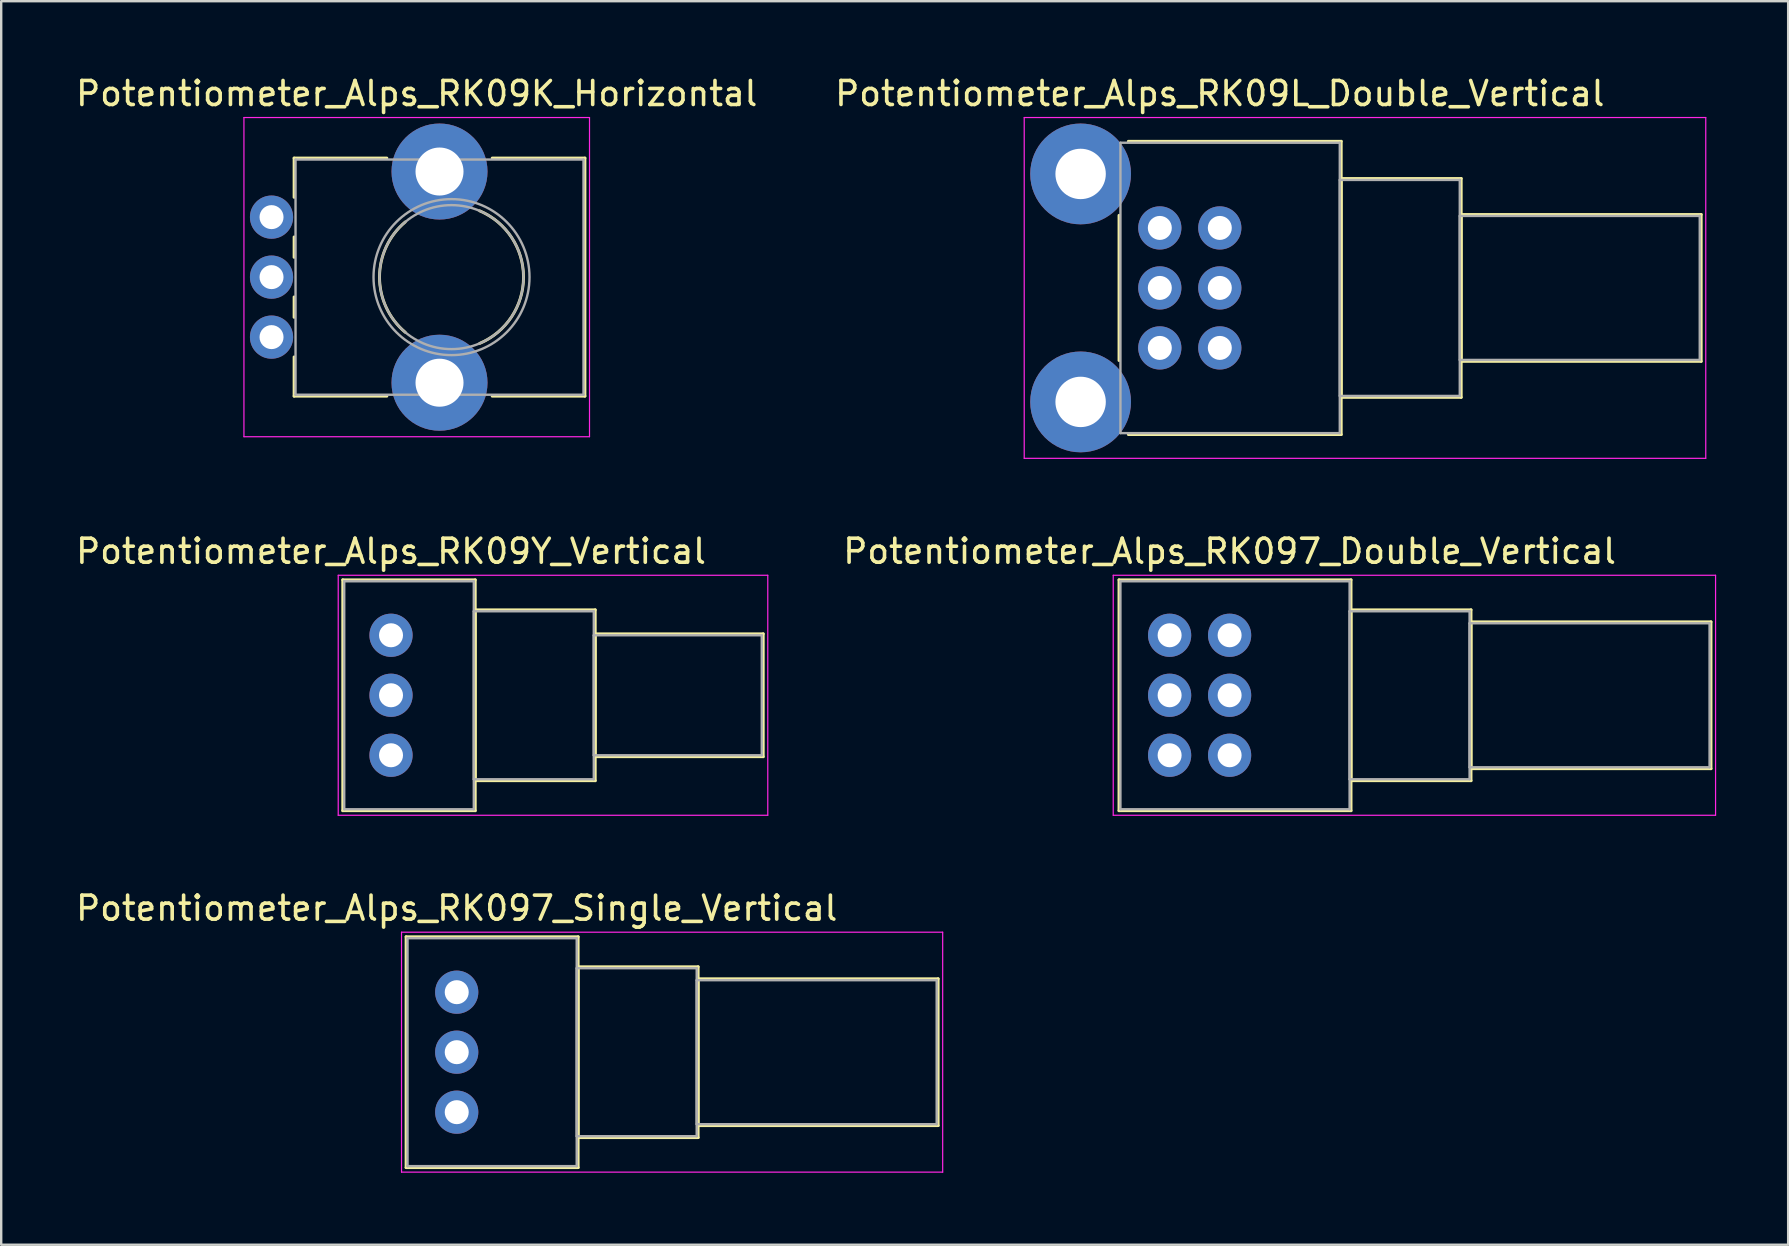
<source format=kicad_pcb>
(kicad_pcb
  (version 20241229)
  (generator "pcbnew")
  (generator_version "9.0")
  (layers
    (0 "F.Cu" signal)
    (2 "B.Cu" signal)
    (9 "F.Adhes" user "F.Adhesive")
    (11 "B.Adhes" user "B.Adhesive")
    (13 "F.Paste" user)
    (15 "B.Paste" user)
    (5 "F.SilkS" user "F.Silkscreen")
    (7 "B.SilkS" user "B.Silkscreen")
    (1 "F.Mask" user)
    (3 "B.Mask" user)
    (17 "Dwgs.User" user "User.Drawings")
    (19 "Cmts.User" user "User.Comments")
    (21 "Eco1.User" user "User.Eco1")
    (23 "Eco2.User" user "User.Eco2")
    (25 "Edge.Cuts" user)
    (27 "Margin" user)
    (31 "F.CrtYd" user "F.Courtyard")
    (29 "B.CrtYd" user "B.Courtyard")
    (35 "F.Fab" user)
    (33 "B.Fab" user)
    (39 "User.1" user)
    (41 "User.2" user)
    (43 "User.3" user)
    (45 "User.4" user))
  (footprint "Potentiometer_Alps_RK09Y_Vertical"
    (layer "F.Cu")
    (at 13.244 28.422)
    (property "Reference" "Potentiometer_Alps_RK09Y_Vertical" (at 0 -8.5 0) (layer "F.SilkS") (effects (font (size 1 1) (thickness 0.15))))
    (attr through_hole)
    (fp_line (start -2.011 -7.31) (end -2.011 2.31) (stroke (width 0.12) (type solid)) (layer "F.SilkS"))
    (fp_line (start -2.011 -7.31) (end 3.51 -7.31) (stroke (width 0.12) (type solid)) (layer "F.SilkS"))
    (fp_line (start -2.011 2.31) (end 3.51 2.31) (stroke (width 0.12) (type solid)) (layer "F.SilkS"))
    (fp_line (start 3.51 -7.31) (end 3.51 2.31) (stroke (width 0.12) (type solid)) (layer "F.SilkS"))
    (fp_line (start 3.51 -6.06) (end 3.51 1.06) (stroke (width 0.12) (type solid)) (layer "F.SilkS"))
    (fp_line (start 3.51 -6.06) (end 8.51 -6.06) (stroke (width 0.12) (type solid)) (layer "F.SilkS"))
    (fp_line (start 3.51 1.06) (end 8.51 1.06) (stroke (width 0.12) (type solid)) (layer "F.SilkS"))
    (fp_line (start 8.51 -6.06) (end 8.51 1.06) (stroke (width 0.12) (type solid)) (layer "F.SilkS"))
    (fp_line (start 8.51 -5.06) (end 8.51 0.06) (stroke (width 0.12) (type solid)) (layer "F.SilkS"))
    (fp_line (start 8.51 -5.06) (end 15.51 -5.06) (stroke (width 0.12) (type solid)) (layer "F.SilkS"))
    (fp_line (start 8.51 0.06) (end 15.51 0.06) (stroke (width 0.12) (type solid)) (layer "F.SilkS"))
    (fp_line (start 15.51 -5.06) (end 15.51 0.06) (stroke (width 0.12) (type solid)) (layer "F.SilkS"))
    (fp_line (start -2.2 -7.5) (end -2.2 2.5) (stroke (width 0.05) (type solid)) (layer "F.CrtYd"))
    (fp_line (start -2.2 2.5) (end 15.7 2.5) (stroke (width 0.05) (type solid)) (layer "F.CrtYd"))
    (fp_line (start 15.7 -7.5) (end -2.2 -7.5) (stroke (width 0.05) (type solid)) (layer "F.CrtYd"))
    (fp_line (start 15.7 2.5) (end 15.7 -7.5) (stroke (width 0.05) (type solid)) (layer "F.CrtYd"))
    (fp_line (start -1.95 -7.25) (end -1.95 2.25) (stroke (width 0.1) (type solid)) (layer "F.Fab"))
    (fp_line (start -1.95 2.25) (end 3.45 2.25) (stroke (width 0.1) (type solid)) (layer "F.Fab"))
    (fp_line (start 3.45 -7.25) (end -1.95 -7.25) (stroke (width 0.1) (type solid)) (layer "F.Fab"))
    (fp_line (start 3.45 -6) (end 3.45 1) (stroke (width 0.1) (type solid)) (layer "F.Fab"))
    (fp_line (start 3.45 1) (end 8.45 1) (stroke (width 0.1) (type solid)) (layer "F.Fab"))
    (fp_line (start 3.45 2.25) (end 3.45 -7.25) (stroke (width 0.1) (type solid)) (layer "F.Fab"))
    (fp_line (start 8.45 -6) (end 3.45 -6) (stroke (width 0.1) (type solid)) (layer "F.Fab"))
    (fp_line (start 8.45 -5) (end 8.45 0) (stroke (width 0.1) (type solid)) (layer "F.Fab"))
    (fp_line (start 8.45 0) (end 15.45 0) (stroke (width 0.1) (type solid)) (layer "F.Fab"))
    (fp_line (start 8.45 1) (end 8.45 -6) (stroke (width 0.1) (type solid)) (layer "F.Fab"))
    (fp_line (start 15.45 -5) (end 8.45 -5) (stroke (width 0.1) (type solid)) (layer "F.Fab"))
    (fp_line (start 15.45 0) (end 15.45 -5) (stroke (width 0.1) (type solid)) (layer "F.Fab"))
    (pad "1" thru_hole circle (at 0 0) (size 1.8 1.8) (drill 1) (layers "*.Cu" "*.Mask"))
    (pad "2" thru_hole circle (at 0 -2.5) (size 1.8 1.8) (drill 1) (layers "*.Cu" "*.Mask"))
    (pad "3" thru_hole circle (at 0 -5) (size 1.8 1.8) (drill 1) (layers "*.Cu" "*.Mask")))
  (footprint "Potentiometer_Alps_RK09L_Double_Vertical"
    (layer "F.Cu")
    (at 47.78 11.448)
    (property "Reference" "Potentiometer_Alps_RK09L_Double_Vertical" (at 0 -10.6 0) (layer "F.SilkS") (effects (font (size 1 1) (thickness 0.15))))
    (attr through_hole)
    (fp_line (start -4.2 -5.525) (end -4.2 0.525) (stroke (width 0.12) (type solid)) (layer "F.SilkS"))
    (fp_line (start -3.811 -8.61) (end 5.06 -8.61) (stroke (width 0.12) (type solid)) (layer "F.SilkS"))
    (fp_line (start -3.811 3.61) (end 5.06 3.61) (stroke (width 0.12) (type solid)) (layer "F.SilkS"))
    (fp_line (start 5.06 -8.61) (end 5.06 3.61) (stroke (width 0.12) (type solid)) (layer "F.SilkS"))
    (fp_line (start 5.06 -7.06) (end 5.06 2.06) (stroke (width 0.12) (type solid)) (layer "F.SilkS"))
    (fp_line (start 5.06 -7.06) (end 10.06 -7.06) (stroke (width 0.12) (type solid)) (layer "F.SilkS"))
    (fp_line (start 5.06 2.06) (end 10.06 2.06) (stroke (width 0.12) (type solid)) (layer "F.SilkS"))
    (fp_line (start 10.06 -7.06) (end 10.06 2.06) (stroke (width 0.12) (type solid)) (layer "F.SilkS"))
    (fp_line (start 10.06 -5.56) (end 10.06 0.56) (stroke (width 0.12) (type solid)) (layer "F.SilkS"))
    (fp_line (start 10.06 -5.56) (end 20.06 -5.56) (stroke (width 0.12) (type solid)) (layer "F.SilkS"))
    (fp_line (start 10.06 0.56) (end 20.06 0.56) (stroke (width 0.12) (type solid)) (layer "F.SilkS"))
    (fp_line (start 20.06 -5.56) (end 20.06 0.56) (stroke (width 0.12) (type solid)) (layer "F.SilkS"))
    (fp_line (start -8.15 -9.6) (end -8.15 4.6) (stroke (width 0.05) (type solid)) (layer "F.CrtYd"))
    (fp_line (start -8.15 4.6) (end 20.25 4.6) (stroke (width 0.05) (type solid)) (layer "F.CrtYd"))
    (fp_line (start 20.25 -9.6) (end -8.15 -9.6) (stroke (width 0.05) (type solid)) (layer "F.CrtYd"))
    (fp_line (start 20.25 4.6) (end 20.25 -9.6) (stroke (width 0.05) (type solid)) (layer "F.CrtYd"))
    (fp_line (start -4.14 -8.55) (end -4.14 3.55) (stroke (width 0.1) (type solid)) (layer "F.Fab"))
    (fp_line (start -4.14 3.55) (end 5 3.55) (stroke (width 0.1) (type solid)) (layer "F.Fab"))
    (fp_line (start 5 -8.55) (end -4.14 -8.55) (stroke (width 0.1) (type solid)) (layer "F.Fab"))
    (fp_line (start 5 -7) (end 5 2) (stroke (width 0.1) (type solid)) (layer "F.Fab"))
    (fp_line (start 5 2) (end 10 2) (stroke (width 0.1) (type solid)) (layer "F.Fab"))
    (fp_line (start 5 3.55) (end 5 -8.55) (stroke (width 0.1) (type solid)) (layer "F.Fab"))
    (fp_line (start 10 -7) (end 5 -7) (stroke (width 0.1) (type solid)) (layer "F.Fab"))
    (fp_line (start 10 -5.5) (end 10 0.5) (stroke (width 0.1) (type solid)) (layer "F.Fab"))
    (fp_line (start 10 0.5) (end 20 0.5) (stroke (width 0.1) (type solid)) (layer "F.Fab"))
    (fp_line (start 10 2) (end 10 -7) (stroke (width 0.1) (type solid)) (layer "F.Fab"))
    (fp_line (start 20 -5.5) (end 10 -5.5) (stroke (width 0.1) (type solid)) (layer "F.Fab"))
    (fp_line (start 20 0.5) (end 20 -5.5) (stroke (width 0.1) (type solid)) (layer "F.Fab"))
    (pad "0" thru_hole circle (at -5.8 -7.25) (size 4.2 4.2) (drill 2.1) (layers "*.Cu" "*.Mask"))
    (pad "0" thru_hole circle (at -5.8 2.25) (size 4.2 4.2) (drill 2.1) (layers "*.Cu" "*.Mask"))
    (pad "1" thru_hole circle (at 0 0) (size 1.8 1.8) (drill 1) (layers "*.Cu" "*.Mask"))
    (pad "2" thru_hole circle (at 0 -2.5) (size 1.8 1.8) (drill 1) (layers "*.Cu" "*.Mask"))
    (pad "3" thru_hole circle (at 0 -5) (size 1.8 1.8) (drill 1) (layers "*.Cu" "*.Mask"))
    (pad "4" thru_hole circle (at -2.5 0) (size 1.8 1.8) (drill 1) (layers "*.Cu" "*.Mask"))
    (pad "5" thru_hole circle (at -2.5 -2.5) (size 1.8 1.8) (drill 1) (layers "*.Cu" "*.Mask"))
    (pad "6" thru_hole circle (at -2.5 -5) (size 1.8 1.8) (drill 1) (layers "*.Cu" "*.Mask")))
  (footprint "Potentiometer_Alps_RK09K_Horizontal"
    (layer "F.Cu")
    (at 8.265 10.998)
    (property "Reference" "Potentiometer_Alps_RK09K_Horizontal" (at 6.05 -10.15 0) (layer "F.SilkS") (effects (font (size 1 1) (thickness 0.15))))
    (attr through_hole)
    (fp_line (start 0.94 -7.461) (end 0.94 -5.825) (stroke (width 0.12) (type solid)) (layer "F.SilkS"))
    (fp_line (start 0.94 -7.461) (end 4.806 -7.461) (stroke (width 0.12) (type solid)) (layer "F.SilkS"))
    (fp_line (start 0.94 -4.175) (end 0.94 -3.325) (stroke (width 0.12) (type solid)) (layer "F.SilkS"))
    (fp_line (start 0.94 -1.675) (end 0.94 -0.825) (stroke (width 0.12) (type solid)) (layer "F.SilkS"))
    (fp_line (start 0.94 0.825) (end 0.94 2.46) (stroke (width 0.12) (type solid)) (layer "F.SilkS"))
    (fp_line (start 0.94 2.46) (end 4.806 2.46) (stroke (width 0.12) (type solid)) (layer "F.SilkS"))
    (fp_line (start 9.195 -7.461) (end 13.06 -7.461) (stroke (width 0.12) (type solid)) (layer "F.SilkS"))
    (fp_line (start 9.195 2.46) (end 13.06 2.46) (stroke (width 0.12) (type solid)) (layer "F.SilkS"))
    (fp_line (start 13.06 -7.461) (end 13.06 2.46) (stroke (width 0.12) (type solid)) (layer "F.SilkS"))
    (fp_arc (start 5.571705 -0.202247) (mid 4.500335 -2.500192) (end 5.572 -4.798) (stroke (width 0.12) (type solid)) (layer "F.SilkS"))
    (fp_arc (start 8.671982 -5.262432) (mid 10.500762 -2.500553) (end 8.673 0.262) (stroke (width 0.12) (type solid)) (layer "F.SilkS"))
    (fp_line (start -1.15 -9.15) (end -1.15 4.15) (stroke (width 0.05) (type solid)) (layer "F.CrtYd"))
    (fp_line (start -1.15 4.15) (end 13.25 4.15) (stroke (width 0.05) (type solid)) (layer "F.CrtYd"))
    (fp_line (start 13.25 -9.15) (end -1.15 -9.15) (stroke (width 0.05) (type solid)) (layer "F.CrtYd"))
    (fp_line (start 13.25 4.15) (end 13.25 -9.15) (stroke (width 0.05) (type solid)) (layer "F.CrtYd"))
    (fp_line (start 1 -7.4) (end 1 2.4) (stroke (width 0.1) (type solid)) (layer "F.Fab"))
    (fp_line (start 1 2.4) (end 13 2.4) (stroke (width 0.1) (type solid)) (layer "F.Fab"))
    (fp_line (start 13 -7.4) (end 1 -7.4) (stroke (width 0.1) (type solid)) (layer "F.Fab"))
    (fp_line (start 13 2.4) (end 13 -7.4) (stroke (width 0.1) (type solid)) (layer "F.Fab"))
    (fp_circle (center 7.5 -2.5) (end 10.5 -2.5) (stroke (width 0.1) (type solid)) (fill no) (layer "F.Fab"))
    (fp_circle (center 7.5 -2.5) (end 10.75 -2.5) (stroke (width 0.1) (type solid)) (fill no) (layer "F.Fab"))
    (pad "" np_thru_hole circle (at 7 -6.9) (size 4 4) (drill 2) (layers "*.Cu" "*.Mask"))
    (pad "" np_thru_hole circle (at 7 1.9) (size 4 4) (drill 2) (layers "*.Cu" "*.Mask"))
    (pad "1" thru_hole circle (at 0 0) (size 1.8 1.8) (drill 1) (layers "*.Cu" "*.Mask"))
    (pad "2" thru_hole circle (at 0 -2.5) (size 1.8 1.8) (drill 1) (layers "*.Cu" "*.Mask"))
    (pad "3" thru_hole circle (at 0 -5) (size 1.8 1.8) (drill 1) (layers "*.Cu" "*.Mask")))
  (footprint "Potentiometer_Alps_RK097_Double_Vertical"
    (layer "F.Cu")
    (at 48.189 28.422)
    (property "Reference" "Potentiometer_Alps_RK097_Double_Vertical" (at 0 -8.5 0) (layer "F.SilkS") (effects (font (size 1 1) (thickness 0.15))))
    (attr through_hole)
    (fp_line (start -4.61 -7.31) (end -4.61 2.31) (stroke (width 0.12) (type solid)) (layer "F.SilkS"))
    (fp_line (start -4.61 -7.31) (end 5.06 -7.31) (stroke (width 0.12) (type solid)) (layer "F.SilkS"))
    (fp_line (start -4.61 2.31) (end 5.06 2.31) (stroke (width 0.12) (type solid)) (layer "F.SilkS"))
    (fp_line (start 5.06 -7.31) (end 5.06 2.31) (stroke (width 0.12) (type solid)) (layer "F.SilkS"))
    (fp_line (start 5.06 -6.06) (end 5.06 1.06) (stroke (width 0.12) (type solid)) (layer "F.SilkS"))
    (fp_line (start 5.06 -6.06) (end 10.06 -6.06) (stroke (width 0.12) (type solid)) (layer "F.SilkS"))
    (fp_line (start 5.06 1.06) (end 10.06 1.06) (stroke (width 0.12) (type solid)) (layer "F.SilkS"))
    (fp_line (start 10.06 -6.06) (end 10.06 1.06) (stroke (width 0.12) (type solid)) (layer "F.SilkS"))
    (fp_line (start 10.06 -5.56) (end 10.06 0.56) (stroke (width 0.12) (type solid)) (layer "F.SilkS"))
    (fp_line (start 10.06 -5.56) (end 20.06 -5.56) (stroke (width 0.12) (type solid)) (layer "F.SilkS"))
    (fp_line (start 10.06 0.56) (end 20.06 0.56) (stroke (width 0.12) (type solid)) (layer "F.SilkS"))
    (fp_line (start 20.06 -5.56) (end 20.06 0.56) (stroke (width 0.12) (type solid)) (layer "F.SilkS"))
    (fp_line (start -4.85 -7.5) (end -4.85 2.5) (stroke (width 0.05) (type solid)) (layer "F.CrtYd"))
    (fp_line (start -4.85 2.5) (end 20.25 2.5) (stroke (width 0.05) (type solid)) (layer "F.CrtYd"))
    (fp_line (start 20.25 -7.5) (end -4.85 -7.5) (stroke (width 0.05) (type solid)) (layer "F.CrtYd"))
    (fp_line (start 20.25 2.5) (end 20.25 -7.5) (stroke (width 0.05) (type solid)) (layer "F.CrtYd"))
    (fp_line (start -4.55 -7.25) (end -4.55 2.25) (stroke (width 0.1) (type solid)) (layer "F.Fab"))
    (fp_line (start -4.55 2.25) (end 5 2.25) (stroke (width 0.1) (type solid)) (layer "F.Fab"))
    (fp_line (start 5 -7.25) (end -4.55 -7.25) (stroke (width 0.1) (type solid)) (layer "F.Fab"))
    (fp_line (start 5 -6) (end 5 1) (stroke (width 0.1) (type solid)) (layer "F.Fab"))
    (fp_line (start 5 1) (end 10 1) (stroke (width 0.1) (type solid)) (layer "F.Fab"))
    (fp_line (start 5 2.25) (end 5 -7.25) (stroke (width 0.1) (type solid)) (layer "F.Fab"))
    (fp_line (start 10 -6) (end 5 -6) (stroke (width 0.1) (type solid)) (layer "F.Fab"))
    (fp_line (start 10 -5.5) (end 10 0.5) (stroke (width 0.1) (type solid)) (layer "F.Fab"))
    (fp_line (start 10 0.5) (end 20 0.5) (stroke (width 0.1) (type solid)) (layer "F.Fab"))
    (fp_line (start 10 1) (end 10 -6) (stroke (width 0.1) (type solid)) (layer "F.Fab"))
    (fp_line (start 20 -5.5) (end 10 -5.5) (stroke (width 0.1) (type solid)) (layer "F.Fab"))
    (fp_line (start 20 0.5) (end 20 -5.5) (stroke (width 0.1) (type solid)) (layer "F.Fab"))
    (pad "1" thru_hole circle (at 0 0) (size 1.8 1.8) (drill 1) (layers "*.Cu" "*.Mask"))
    (pad "2" thru_hole circle (at 0 -2.5) (size 1.8 1.8) (drill 1) (layers "*.Cu" "*.Mask"))
    (pad "3" thru_hole circle (at 0 -5) (size 1.8 1.8) (drill 1) (layers "*.Cu" "*.Mask"))
    (pad "4" thru_hole circle (at -2.5 0) (size 1.8 1.8) (drill 1) (layers "*.Cu" "*.Mask"))
    (pad "5" thru_hole circle (at -2.5 -2.5) (size 1.8 1.8) (drill 1) (layers "*.Cu" "*.Mask"))
    (pad "6" thru_hole circle (at -2.5 -5) (size 1.8 1.8) (drill 1) (layers "*.Cu" "*.Mask")))
  (footprint "Potentiometer_Alps_RK097_Single_Vertical"
    (layer "F.Cu")
    (at 15.982 43.295)
    (property "Reference" "Potentiometer_Alps_RK097_Single_Vertical" (at 0 -8.5 0) (layer "F.SilkS") (effects (font (size 1 1) (thickness 0.15))))
    (attr through_hole)
    (fp_line (start -2.11 -7.31) (end -2.11 2.31) (stroke (width 0.12) (type solid)) (layer "F.SilkS"))
    (fp_line (start -2.11 -7.31) (end 5.06 -7.31) (stroke (width 0.12) (type solid)) (layer "F.SilkS"))
    (fp_line (start -2.11 2.31) (end 5.06 2.31) (stroke (width 0.12) (type solid)) (layer "F.SilkS"))
    (fp_line (start 5.06 -7.31) (end 5.06 2.31) (stroke (width 0.12) (type solid)) (layer "F.SilkS"))
    (fp_line (start 5.06 -6.06) (end 5.06 1.06) (stroke (width 0.12) (type solid)) (layer "F.SilkS"))
    (fp_line (start 5.06 -6.06) (end 10.06 -6.06) (stroke (width 0.12) (type solid)) (layer "F.SilkS"))
    (fp_line (start 5.06 1.06) (end 10.06 1.06) (stroke (width 0.12) (type solid)) (layer "F.SilkS"))
    (fp_line (start 10.06 -6.06) (end 10.06 1.06) (stroke (width 0.12) (type solid)) (layer "F.SilkS"))
    (fp_line (start 10.06 -5.56) (end 10.06 0.56) (stroke (width 0.12) (type solid)) (layer "F.SilkS"))
    (fp_line (start 10.06 -5.56) (end 20.061 -5.56) (stroke (width 0.12) (type solid)) (layer "F.SilkS"))
    (fp_line (start 10.06 0.56) (end 20.061 0.56) (stroke (width 0.12) (type solid)) (layer "F.SilkS"))
    (fp_line (start 20.061 -5.56) (end 20.061 0.56) (stroke (width 0.12) (type solid)) (layer "F.SilkS"))
    (fp_line (start -2.3 -7.5) (end -2.3 2.5) (stroke (width 0.05) (type solid)) (layer "F.CrtYd"))
    (fp_line (start -2.3 2.5) (end 20.25 2.5) (stroke (width 0.05) (type solid)) (layer "F.CrtYd"))
    (fp_line (start 20.25 -7.5) (end -2.3 -7.5) (stroke (width 0.05) (type solid)) (layer "F.CrtYd"))
    (fp_line (start 20.25 2.5) (end 20.25 -7.5) (stroke (width 0.05) (type solid)) (layer "F.CrtYd"))
    (fp_line (start -2.05 -7.25) (end -2.05 2.25) (stroke (width 0.1) (type solid)) (layer "F.Fab"))
    (fp_line (start -2.05 2.25) (end 5 2.25) (stroke (width 0.1) (type solid)) (layer "F.Fab"))
    (fp_line (start 5 -7.25) (end -2.05 -7.25) (stroke (width 0.1) (type solid)) (layer "F.Fab"))
    (fp_line (start 5 -6) (end 5 1) (stroke (width 0.1) (type solid)) (layer "F.Fab"))
    (fp_line (start 5 1) (end 10 1) (stroke (width 0.1) (type solid)) (layer "F.Fab"))
    (fp_line (start 5 2.25) (end 5 -7.25) (stroke (width 0.1) (type solid)) (layer "F.Fab"))
    (fp_line (start 10 -6) (end 5 -6) (stroke (width 0.1) (type solid)) (layer "F.Fab"))
    (fp_line (start 10 -5.5) (end 10 0.5) (stroke (width 0.1) (type solid)) (layer "F.Fab"))
    (fp_line (start 10 0.5) (end 20 0.5) (stroke (width 0.1) (type solid)) (layer "F.Fab"))
    (fp_line (start 10 1) (end 10 -6) (stroke (width 0.1) (type solid)) (layer "F.Fab"))
    (fp_line (start 20 -5.5) (end 10 -5.5) (stroke (width 0.1) (type solid)) (layer "F.Fab"))
    (fp_line (start 20 0.5) (end 20 -5.5) (stroke (width 0.1) (type solid)) (layer "F.Fab"))
    (pad "1" thru_hole circle (at 0 0) (size 1.8 1.8) (drill 1) (layers "*.Cu" "*.Mask"))
    (pad "2" thru_hole circle (at 0 -2.5) (size 1.8 1.8) (drill 1) (layers "*.Cu" "*.Mask"))
    (pad "3" thru_hole circle (at 0 -5) (size 1.8 1.8) (drill 1) (layers "*.Cu" "*.Mask")))
  (gr_rect
    (start -3 -3)
    (end 71.464 48.82)
    (stroke (width 0.1) (type default))
    (fill no)
    (layer "Edge.Cuts")))
</source>
